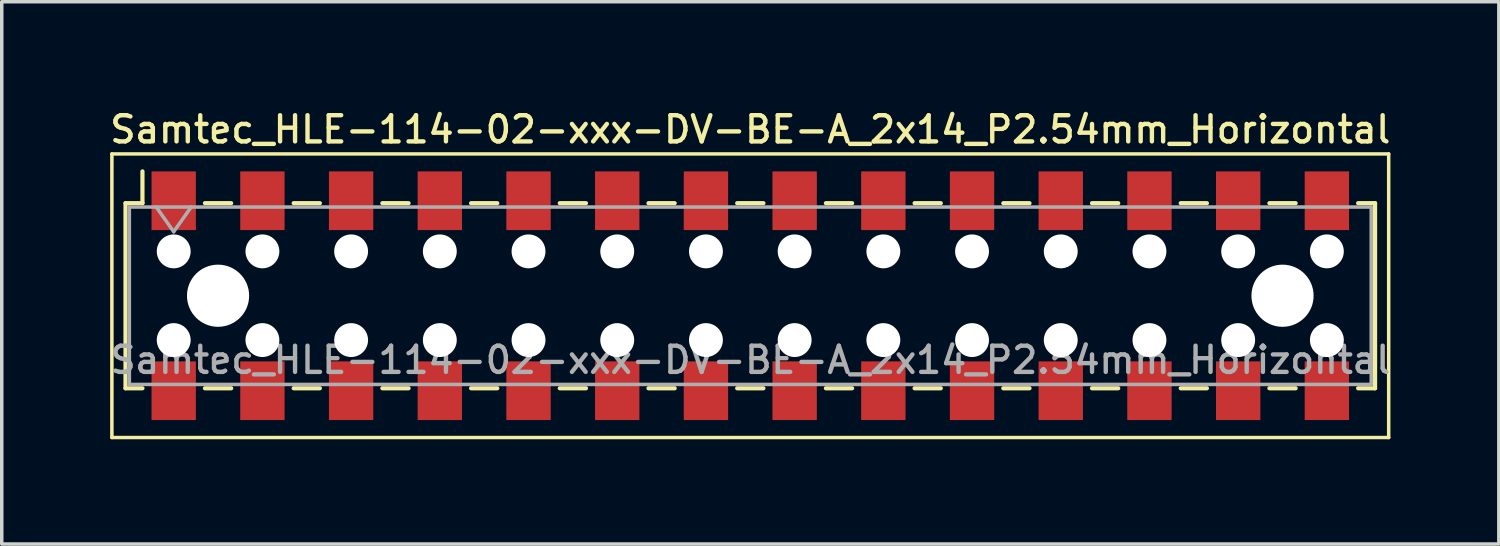
<source format=kicad_pcb>
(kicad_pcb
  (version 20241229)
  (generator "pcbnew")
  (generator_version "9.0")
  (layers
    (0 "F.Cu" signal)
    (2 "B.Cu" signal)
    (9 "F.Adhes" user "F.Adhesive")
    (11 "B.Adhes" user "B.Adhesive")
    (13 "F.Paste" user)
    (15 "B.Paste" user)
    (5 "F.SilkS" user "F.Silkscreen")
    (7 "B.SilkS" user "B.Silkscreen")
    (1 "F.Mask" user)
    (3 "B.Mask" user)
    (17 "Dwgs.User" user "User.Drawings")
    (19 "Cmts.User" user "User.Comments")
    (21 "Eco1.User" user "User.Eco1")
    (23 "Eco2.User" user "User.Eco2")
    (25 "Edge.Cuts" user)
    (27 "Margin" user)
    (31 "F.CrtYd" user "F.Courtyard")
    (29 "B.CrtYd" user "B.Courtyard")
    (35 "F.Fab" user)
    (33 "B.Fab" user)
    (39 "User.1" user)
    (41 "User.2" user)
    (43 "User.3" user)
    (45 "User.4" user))
  (footprint "Samtec_HLE-114-02-xxx-DV-BE-A_2x14_P2.54mm_Horizontal"
    (layer "F.Cu")
    (at 18.434 5.418)
    (property "Reference" "Samtec_HLE-114-02-xxx-DV-BE-A_2x14_P2.54mm_Horizontal" (at 0 -4.76 0) (layer "F.SilkS") (effects (font (size 0.75 0.75) (thickness 0.125))))
    (attr smd)
    (fp_line (start -18.28 -4.06) (end 18.28 -4.06) (stroke (width 0.1) (type solid)) (layer "F.SilkS"))
    (fp_line (start -18.28 4.06) (end -18.28 -4.06) (stroke (width 0.1) (type solid)) (layer "F.SilkS"))
    (fp_line (start -17.89 -2.65) (end -17.89 2.65) (stroke (width 0.12) (type solid)) (layer "F.SilkS"))
    (fp_line (start -17.89 2.65) (end -17.405 2.65) (stroke (width 0.12) (type solid)) (layer "F.SilkS"))
    (fp_line (start -17.405 -3.56) (end -17.405 -2.65) (stroke (width 0.12) (type solid)) (layer "F.SilkS"))
    (fp_line (start -17.405 -2.65) (end -17.89 -2.65) (stroke (width 0.12) (type solid)) (layer "F.SilkS"))
    (fp_line (start -15.615 -2.65) (end -14.865 -2.65) (stroke (width 0.12) (type solid)) (layer "F.SilkS"))
    (fp_line (start -15.615 2.65) (end -14.865 2.65) (stroke (width 0.12) (type solid)) (layer "F.SilkS"))
    (fp_line (start -13.075 -2.65) (end -12.325 -2.65) (stroke (width 0.12) (type solid)) (layer "F.SilkS"))
    (fp_line (start -13.075 2.65) (end -12.325 2.65) (stroke (width 0.12) (type solid)) (layer "F.SilkS"))
    (fp_line (start -10.535 -2.65) (end -9.785 -2.65) (stroke (width 0.12) (type solid)) (layer "F.SilkS"))
    (fp_line (start -10.535 2.65) (end -9.785 2.65) (stroke (width 0.12) (type solid)) (layer "F.SilkS"))
    (fp_line (start -7.995 -2.65) (end -7.245 -2.65) (stroke (width 0.12) (type solid)) (layer "F.SilkS"))
    (fp_line (start -7.995 2.65) (end -7.245 2.65) (stroke (width 0.12) (type solid)) (layer "F.SilkS"))
    (fp_line (start -5.455 -2.65) (end -4.705 -2.65) (stroke (width 0.12) (type solid)) (layer "F.SilkS"))
    (fp_line (start -5.455 2.65) (end -4.705 2.65) (stroke (width 0.12) (type solid)) (layer "F.SilkS"))
    (fp_line (start -2.915 -2.65) (end -2.165 -2.65) (stroke (width 0.12) (type solid)) (layer "F.SilkS"))
    (fp_line (start -2.915 2.65) (end -2.165 2.65) (stroke (width 0.12) (type solid)) (layer "F.SilkS"))
    (fp_line (start -0.375 -2.65) (end 0.375 -2.65) (stroke (width 0.12) (type solid)) (layer "F.SilkS"))
    (fp_line (start -0.375 2.65) (end 0.375 2.65) (stroke (width 0.12) (type solid)) (layer "F.SilkS"))
    (fp_line (start 2.165 -2.65) (end 2.915 -2.65) (stroke (width 0.12) (type solid)) (layer "F.SilkS"))
    (fp_line (start 2.165 2.65) (end 2.915 2.65) (stroke (width 0.12) (type solid)) (layer "F.SilkS"))
    (fp_line (start 4.705 -2.65) (end 5.455 -2.65) (stroke (width 0.12) (type solid)) (layer "F.SilkS"))
    (fp_line (start 4.705 2.65) (end 5.455 2.65) (stroke (width 0.12) (type solid)) (layer "F.SilkS"))
    (fp_line (start 7.245 -2.65) (end 7.995 -2.65) (stroke (width 0.12) (type solid)) (layer "F.SilkS"))
    (fp_line (start 7.245 2.65) (end 7.995 2.65) (stroke (width 0.12) (type solid)) (layer "F.SilkS"))
    (fp_line (start 9.785 -2.65) (end 10.535 -2.65) (stroke (width 0.12) (type solid)) (layer "F.SilkS"))
    (fp_line (start 9.785 2.65) (end 10.535 2.65) (stroke (width 0.12) (type solid)) (layer "F.SilkS"))
    (fp_line (start 12.325 -2.65) (end 13.075 -2.65) (stroke (width 0.12) (type solid)) (layer "F.SilkS"))
    (fp_line (start 12.325 2.65) (end 13.075 2.65) (stroke (width 0.12) (type solid)) (layer "F.SilkS"))
    (fp_line (start 14.865 -2.65) (end 15.615 -2.65) (stroke (width 0.12) (type solid)) (layer "F.SilkS"))
    (fp_line (start 14.865 2.65) (end 15.615 2.65) (stroke (width 0.12) (type solid)) (layer "F.SilkS"))
    (fp_line (start 17.405 -2.65) (end 17.89 -2.65) (stroke (width 0.12) (type solid)) (layer "F.SilkS"))
    (fp_line (start 17.89 -2.65) (end 17.89 2.65) (stroke (width 0.12) (type solid)) (layer "F.SilkS"))
    (fp_line (start 17.89 2.65) (end 17.405 2.65) (stroke (width 0.12) (type solid)) (layer "F.SilkS"))
    (fp_line (start 18.28 -4.06) (end 18.28 4.06) (stroke (width 0.1) (type solid)) (layer "F.SilkS"))
    (fp_line (start 18.28 4.06) (end -18.28 4.06) (stroke (width 0.1) (type solid)) (layer "F.SilkS"))
    (fp_line (start -17.78 -2.54) (end 17.78 -2.54) (stroke (width 0.1) (type solid)) (layer "F.Fab"))
    (fp_line (start -17.78 2.54) (end -17.78 -2.54) (stroke (width 0.1) (type solid)) (layer "F.Fab"))
    (fp_line (start -17.01 -2.54) (end -16.51 -1.833) (stroke (width 0.1) (type solid)) (layer "F.Fab"))
    (fp_line (start -16.51 -1.833) (end -16.01 -2.54) (stroke (width 0.1) (type solid)) (layer "F.Fab"))
    (fp_line (start 17.78 -2.54) (end 17.78 2.54) (stroke (width 0.1) (type solid)) (layer "F.Fab"))
    (fp_line (start 17.78 2.54) (end -17.78 2.54) (stroke (width 0.1) (type solid)) (layer "F.Fab"))
    (fp_text user "${REFERENCE}" (at 0 1.84 0) (layer "F.Fab") (effects (font (size 0.75 0.75) (thickness 0.125))))
    (pad "" np_thru_hole circle (at -16.51 -1.27) (size 0.97 0.97) (drill 0.97) (layers "*.Cu" "*.Mask"))
    (pad "" np_thru_hole circle (at -16.51 1.27) (size 0.97 0.97) (drill 0.97) (layers "*.Cu" "*.Mask"))
    (pad "" np_thru_hole circle (at -15.24 0) (size 1.78 1.78) (drill 1.78) (layers "*.Cu" "*.Mask"))
    (pad "" np_thru_hole circle (at -13.97 -1.27) (size 0.97 0.97) (drill 0.97) (layers "*.Cu" "*.Mask"))
    (pad "" np_thru_hole circle (at -13.97 1.27) (size 0.97 0.97) (drill 0.97) (layers "*.Cu" "*.Mask"))
    (pad "" np_thru_hole circle (at -11.43 -1.27) (size 0.97 0.97) (drill 0.97) (layers "*.Cu" "*.Mask"))
    (pad "" np_thru_hole circle (at -11.43 1.27) (size 0.97 0.97) (drill 0.97) (layers "*.Cu" "*.Mask"))
    (pad "" np_thru_hole circle (at -8.89 -1.27) (size 0.97 0.97) (drill 0.97) (layers "*.Cu" "*.Mask"))
    (pad "" np_thru_hole circle (at -8.89 1.27) (size 0.97 0.97) (drill 0.97) (layers "*.Cu" "*.Mask"))
    (pad "" np_thru_hole circle (at -6.35 -1.27) (size 0.97 0.97) (drill 0.97) (layers "*.Cu" "*.Mask"))
    (pad "" np_thru_hole circle (at -6.35 1.27) (size 0.97 0.97) (drill 0.97) (layers "*.Cu" "*.Mask"))
    (pad "" np_thru_hole circle (at -3.81 -1.27) (size 0.97 0.97) (drill 0.97) (layers "*.Cu" "*.Mask"))
    (pad "" np_thru_hole circle (at -3.81 1.27) (size 0.97 0.97) (drill 0.97) (layers "*.Cu" "*.Mask"))
    (pad "" np_thru_hole circle (at -1.27 -1.27) (size 0.97 0.97) (drill 0.97) (layers "*.Cu" "*.Mask"))
    (pad "" np_thru_hole circle (at -1.27 1.27) (size 0.97 0.97) (drill 0.97) (layers "*.Cu" "*.Mask"))
    (pad "" np_thru_hole circle (at 1.27 -1.27) (size 0.97 0.97) (drill 0.97) (layers "*.Cu" "*.Mask"))
    (pad "" np_thru_hole circle (at 1.27 1.27) (size 0.97 0.97) (drill 0.97) (layers "*.Cu" "*.Mask"))
    (pad "" np_thru_hole circle (at 3.81 -1.27) (size 0.97 0.97) (drill 0.97) (layers "*.Cu" "*.Mask"))
    (pad "" np_thru_hole circle (at 3.81 1.27) (size 0.97 0.97) (drill 0.97) (layers "*.Cu" "*.Mask"))
    (pad "" np_thru_hole circle (at 6.35 -1.27) (size 0.97 0.97) (drill 0.97) (layers "*.Cu" "*.Mask"))
    (pad "" np_thru_hole circle (at 6.35 1.27) (size 0.97 0.97) (drill 0.97) (layers "*.Cu" "*.Mask"))
    (pad "" np_thru_hole circle (at 8.89 -1.27) (size 0.97 0.97) (drill 0.97) (layers "*.Cu" "*.Mask"))
    (pad "" np_thru_hole circle (at 8.89 1.27) (size 0.97 0.97) (drill 0.97) (layers "*.Cu" "*.Mask"))
    (pad "" np_thru_hole circle (at 11.43 -1.27) (size 0.97 0.97) (drill 0.97) (layers "*.Cu" "*.Mask"))
    (pad "" np_thru_hole circle (at 11.43 1.27) (size 0.97 0.97) (drill 0.97) (layers "*.Cu" "*.Mask"))
    (pad "" np_thru_hole circle (at 13.97 -1.27) (size 0.97 0.97) (drill 0.97) (layers "*.Cu" "*.Mask"))
    (pad "" np_thru_hole circle (at 13.97 1.27) (size 0.97 0.97) (drill 0.97) (layers "*.Cu" "*.Mask"))
    (pad "" np_thru_hole circle (at 15.24 0) (size 1.78 1.78) (drill 1.78) (layers "*.Cu" "*.Mask"))
    (pad "" np_thru_hole circle (at 16.51 -1.27) (size 0.97 0.97) (drill 0.97) (layers "*.Cu" "*.Mask"))
    (pad "" np_thru_hole circle (at 16.51 1.27) (size 0.97 0.97) (drill 0.97) (layers "*.Cu" "*.Mask"))
    (pad "1" smd rect (at -16.51 -2.72) (size 1.27 1.68) (layers "F.Cu" "F.Mask" "F.Paste"))
    (pad "2" smd rect (at -16.51 2.72) (size 1.27 1.68) (layers "F.Cu" "F.Mask" "F.Paste"))
    (pad "3" smd rect (at -13.97 -2.72) (size 1.27 1.68) (layers "F.Cu" "F.Mask" "F.Paste"))
    (pad "4" smd rect (at -13.97 2.72) (size 1.27 1.68) (layers "F.Cu" "F.Mask" "F.Paste"))
    (pad "5" smd rect (at -11.43 -2.72) (size 1.27 1.68) (layers "F.Cu" "F.Mask" "F.Paste"))
    (pad "6" smd rect (at -11.43 2.72) (size 1.27 1.68) (layers "F.Cu" "F.Mask" "F.Paste"))
    (pad "7" smd rect (at -8.89 -2.72) (size 1.27 1.68) (layers "F.Cu" "F.Mask" "F.Paste"))
    (pad "8" smd rect (at -8.89 2.72) (size 1.27 1.68) (layers "F.Cu" "F.Mask" "F.Paste"))
    (pad "9" smd rect (at -6.35 -2.72) (size 1.27 1.68) (layers "F.Cu" "F.Mask" "F.Paste"))
    (pad "10" smd rect (at -6.35 2.72) (size 1.27 1.68) (layers "F.Cu" "F.Mask" "F.Paste"))
    (pad "11" smd rect (at -3.81 -2.72) (size 1.27 1.68) (layers "F.Cu" "F.Mask" "F.Paste"))
    (pad "12" smd rect (at -3.81 2.72) (size 1.27 1.68) (layers "F.Cu" "F.Mask" "F.Paste"))
    (pad "13" smd rect (at -1.27 -2.72) (size 1.27 1.68) (layers "F.Cu" "F.Mask" "F.Paste"))
    (pad "14" smd rect (at -1.27 2.72) (size 1.27 1.68) (layers "F.Cu" "F.Mask" "F.Paste"))
    (pad "15" smd rect (at 1.27 -2.72) (size 1.27 1.68) (layers "F.Cu" "F.Mask" "F.Paste"))
    (pad "16" smd rect (at 1.27 2.72) (size 1.27 1.68) (layers "F.Cu" "F.Mask" "F.Paste"))
    (pad "17" smd rect (at 3.81 -2.72) (size 1.27 1.68) (layers "F.Cu" "F.Mask" "F.Paste"))
    (pad "18" smd rect (at 3.81 2.72) (size 1.27 1.68) (layers "F.Cu" "F.Mask" "F.Paste"))
    (pad "19" smd rect (at 6.35 -2.72) (size 1.27 1.68) (layers "F.Cu" "F.Mask" "F.Paste"))
    (pad "20" smd rect (at 6.35 2.72) (size 1.27 1.68) (layers "F.Cu" "F.Mask" "F.Paste"))
    (pad "21" smd rect (at 8.89 -2.72) (size 1.27 1.68) (layers "F.Cu" "F.Mask" "F.Paste"))
    (pad "22" smd rect (at 8.89 2.72) (size 1.27 1.68) (layers "F.Cu" "F.Mask" "F.Paste"))
    (pad "23" smd rect (at 11.43 -2.72) (size 1.27 1.68) (layers "F.Cu" "F.Mask" "F.Paste"))
    (pad "24" smd rect (at 11.43 2.72) (size 1.27 1.68) (layers "F.Cu" "F.Mask" "F.Paste"))
    (pad "25" smd rect (at 13.97 -2.72) (size 1.27 1.68) (layers "F.Cu" "F.Mask" "F.Paste"))
    (pad "26" smd rect (at 13.97 2.72) (size 1.27 1.68) (layers "F.Cu" "F.Mask" "F.Paste"))
    (pad "27" smd rect (at 16.51 -2.72) (size 1.27 1.68) (layers "F.Cu" "F.Mask" "F.Paste"))
    (pad "28" smd rect (at 16.51 2.72) (size 1.27 1.68) (layers "F.Cu" "F.Mask" "F.Paste")))
  (gr_rect
    (start -3 -3)
    (end 39.868 12.528)
    (stroke (width 0.1) (type default))
    (fill no)
    (layer "Edge.Cuts")))
</source>
